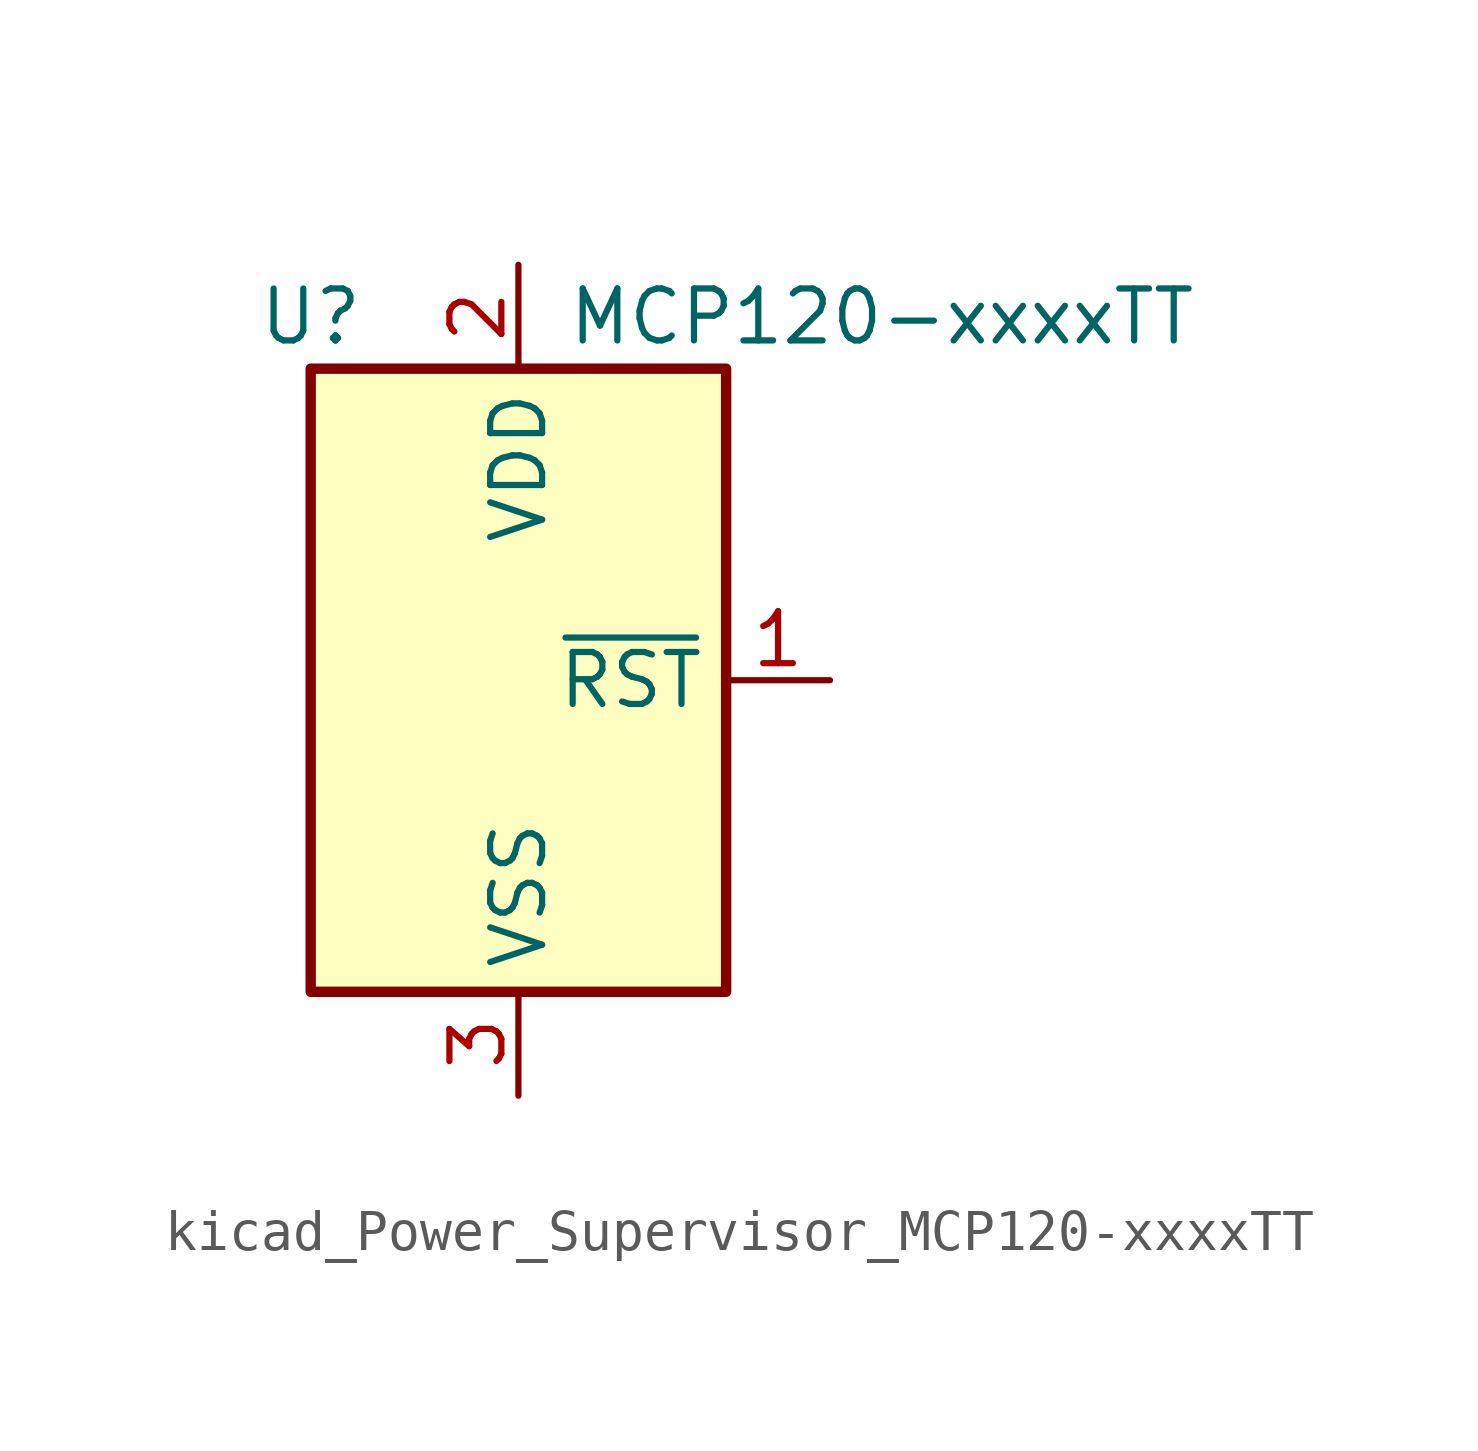
<source format=kicad_sym>
(kicad_symbol_lib
  (version 20220914)
  (generator kicad_symbol_editor)
  (symbol "kicad_Power_Supervisor_MCP120-xxxxTT"
    (property "Reference" "U"
      (at -5.08 8.89 0)
      (effects (font (size 1.27 1.27))))
    (property "Value" "MCP120-xxxxTT"
      (at 8.89 8.89 0)
      (effects (font (size 1.27 1.27))))
    (symbol "kicad_Power_Supervisor_MCP120-xxxxTT_0_1"
      (rectangle (start 5.08 7.62) (end -5.08 -7.62) (stroke (width 0.254) (type default)) (fill (type background))))
    (symbol "kicad_Power_Supervisor_MCP120-xxxxTT_1_1"
      (pin open_collector line (at 7.62 0 180) (length 2.54) (name "~{RST}" (effects (font (size 1.27 1.27)))) (number "1" (effects (font (size 1.27 1.27)))))
      (pin power_in line (at 0 10.16 270) (length 2.54) (name "VDD" (effects (font (size 1.27 1.27)))) (number "2" (effects (font (size 1.27 1.27)))))
      (pin power_in line (at 0 -10.16 90) (length 2.54) (name "VSS" (effects (font (size 1.27 1.27)))) (number "3" (effects (font (size 1.27 1.27))))))))
</source>
